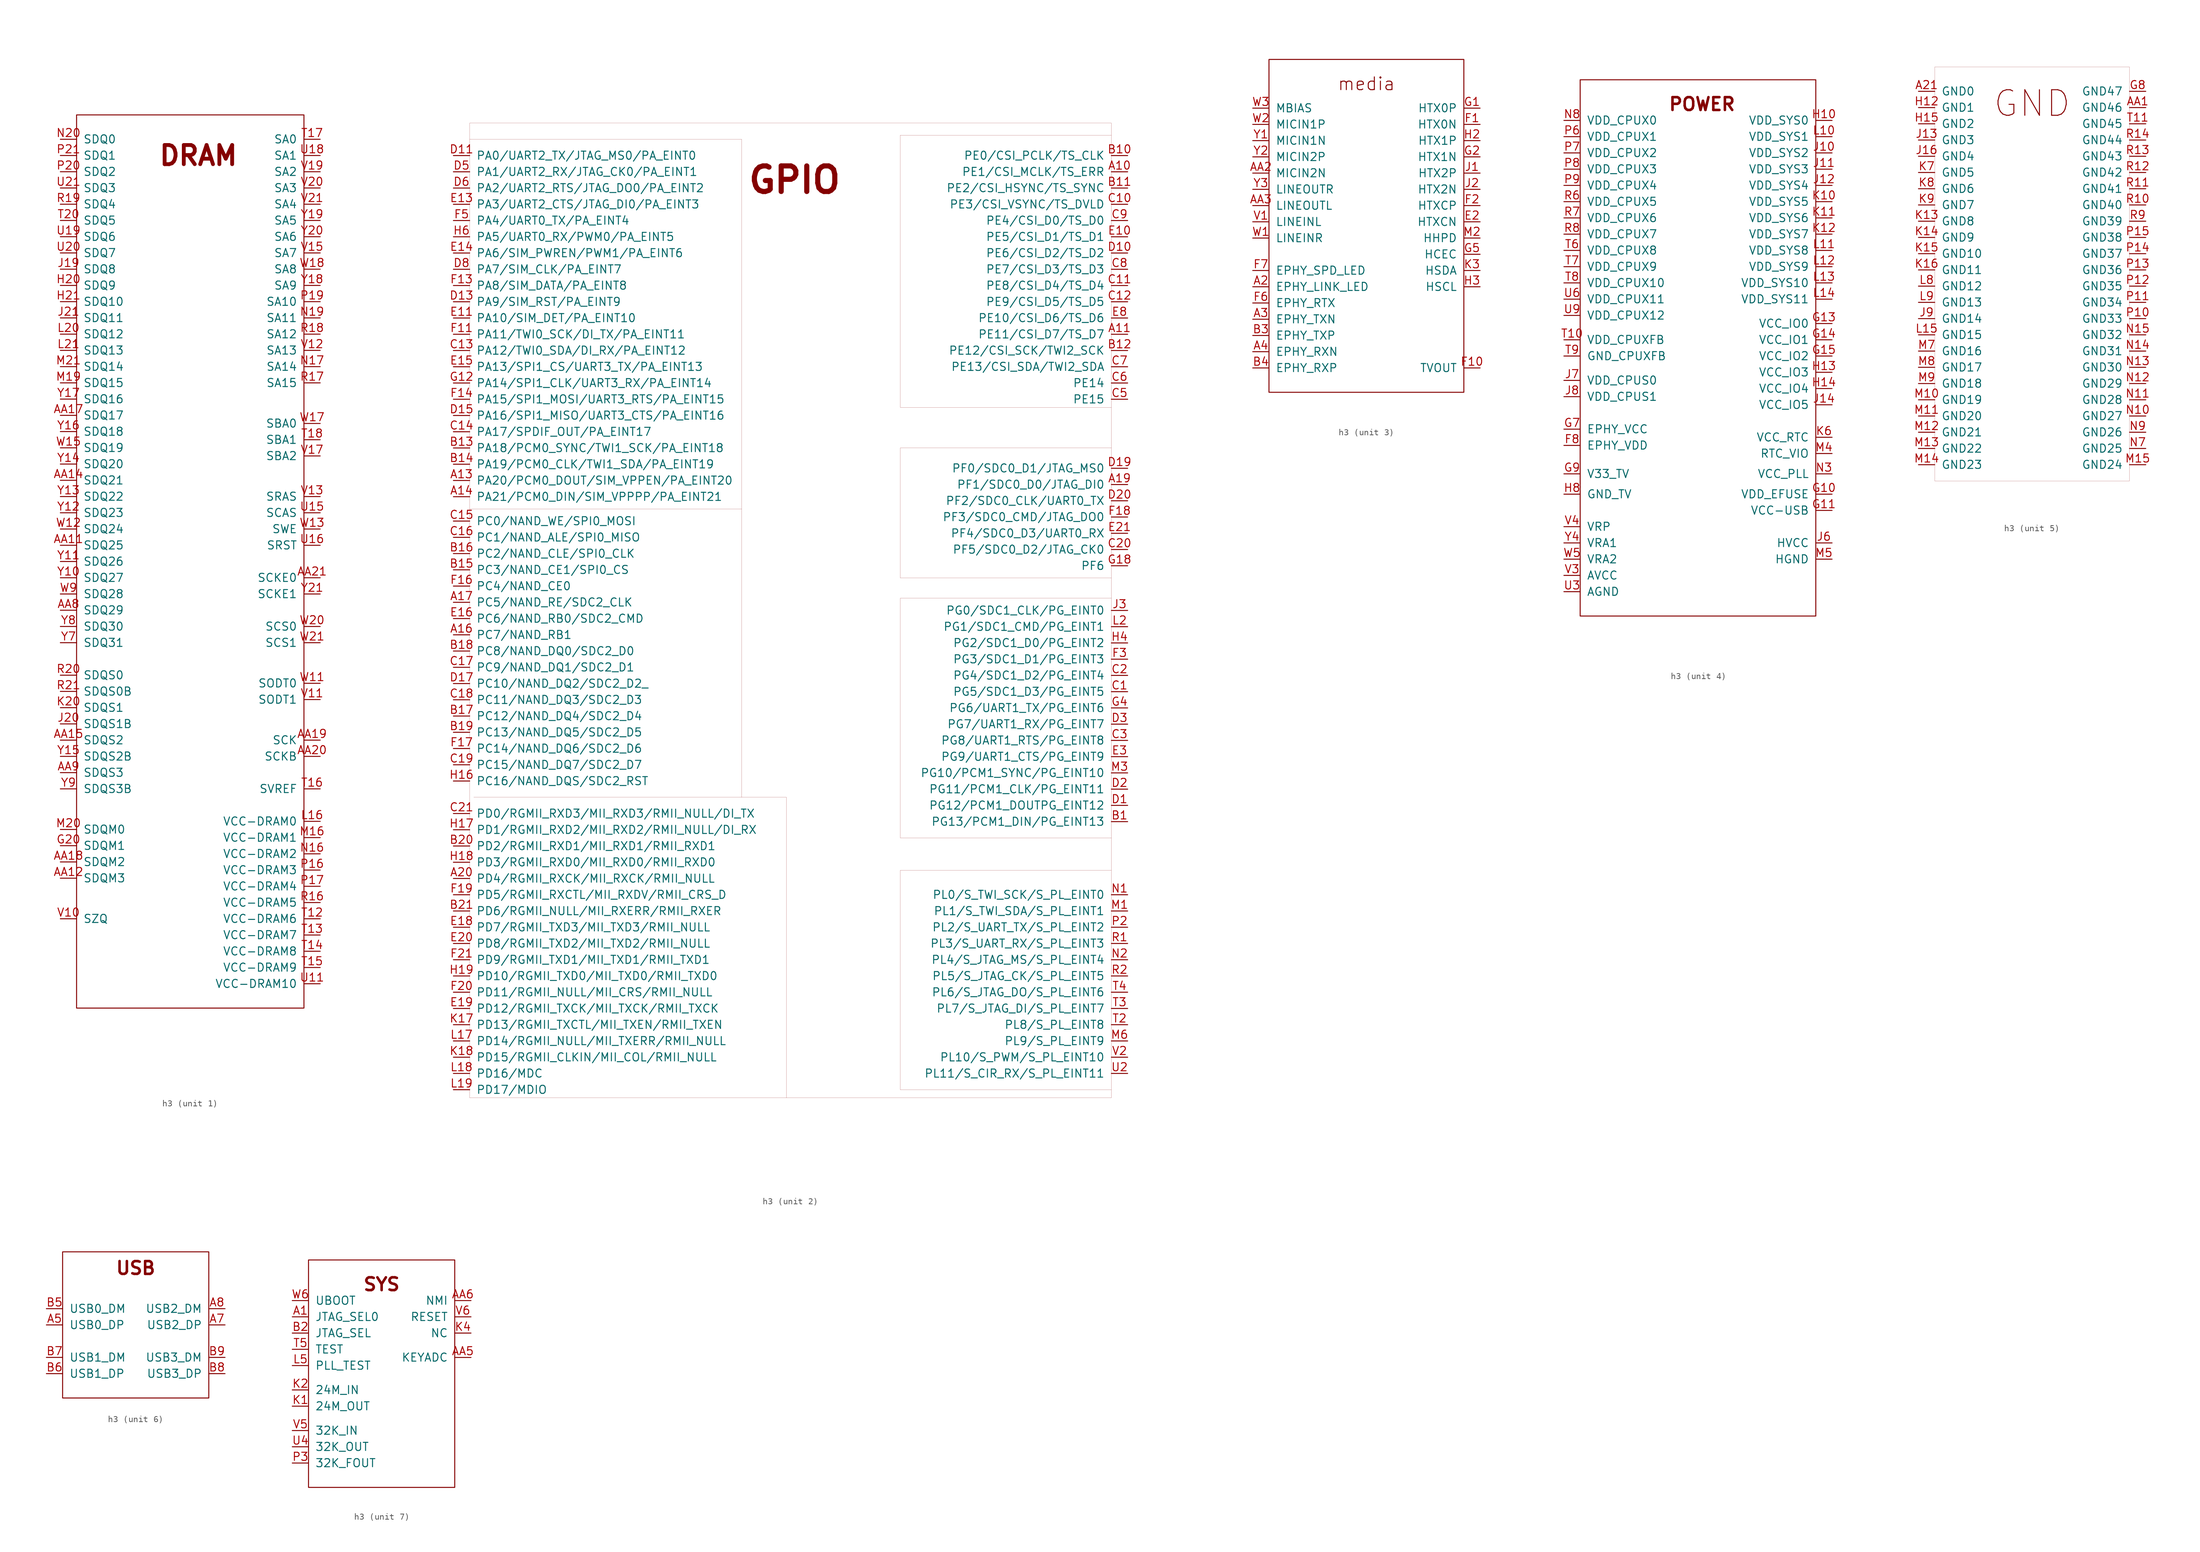
<source format=kicad_sym>
(kicad_symbol_lib
  (version 20201005)
  (generator kicad_symbol_editor)
  (symbol "h3:h3"
    (pin_names
      (offset 1.016))
    (property "Reference" "U"
      (at 0 0 0)
      (effects (font (size 1.27 1.27)) hide))
    (symbol "h3_1_0"
      (rectangle (start -19.05 77.47) (end 16.51 -62.23) (stroke (width 0)) (fill (type none))))
    (symbol "h3_1_1"
      (text "DRAM" (at 0 71.12 0) (effects (font (size 2.997 2.997) bold)))
      (pin input line (at -21.59 10.16 0) (length 2.54) (name "SDQ25" (effects (font (size 1.27 1.27)))) (number "AA11" (effects (font (size 1.27 1.27)))))
      (pin input line (at -21.59 -41.91 0) (length 2.54) (name "SDQM3" (effects (font (size 1.27 1.27)))) (number "AA12" (effects (font (size 1.27 1.27)))))
      (pin input line (at -21.59 20.32 0) (length 2.54) (name "SDQ21" (effects (font (size 1.27 1.27)))) (number "AA14" (effects (font (size 1.27 1.27)))))
      (pin input line (at -21.59 -20.32 0) (length 2.54) (name "SDQS2" (effects (font (size 1.27 1.27)))) (number "AA15" (effects (font (size 1.27 1.27)))))
      (pin input line (at -21.59 30.48 0) (length 2.54) (name "SDQ17" (effects (font (size 1.27 1.27)))) (number "AA17" (effects (font (size 1.27 1.27)))))
      (pin input line (at -21.59 -39.37 0) (length 2.54) (name "SDQM2" (effects (font (size 1.27 1.27)))) (number "AA18" (effects (font (size 1.27 1.27)))))
      (pin input line (at 19.05 -20.32 180) (length 2.54) (name "SCK" (effects (font (size 1.27 1.27)))) (number "AA19" (effects (font (size 1.27 1.27)))))
      (pin input line (at 19.05 -22.86 180) (length 2.54) (name "SCKB" (effects (font (size 1.27 1.27)))) (number "AA20" (effects (font (size 1.27 1.27)))))
      (pin input line (at 19.05 5.08 180) (length 2.54) (name "SCKE0" (effects (font (size 1.27 1.27)))) (number "AA21" (effects (font (size 1.27 1.27)))))
      (pin input line (at -21.59 0 0) (length 2.54) (name "SDQ29" (effects (font (size 1.27 1.27)))) (number "AA8" (effects (font (size 1.27 1.27)))))
      (pin input line (at -21.59 -25.4 0) (length 2.54) (name "SDQS3" (effects (font (size 1.27 1.27)))) (number "AA9" (effects (font (size 1.27 1.27)))))
      (pin input line (at -21.59 -36.83 0) (length 2.54) (name "SDQM1" (effects (font (size 1.27 1.27)))) (number "G20" (effects (font (size 1.27 1.27)))))
      (pin input line (at -21.59 50.8 0) (length 2.54) (name "SDQ9" (effects (font (size 1.27 1.27)))) (number "H20" (effects (font (size 1.27 1.27)))))
      (pin input line (at -21.59 48.26 0) (length 2.54) (name "SDQ10" (effects (font (size 1.27 1.27)))) (number "H21" (effects (font (size 1.27 1.27)))))
      (pin input line (at -21.59 53.34 0) (length 2.54) (name "SDQ8" (effects (font (size 1.27 1.27)))) (number "J19" (effects (font (size 1.27 1.27)))))
      (pin input line (at -21.59 -17.78 0) (length 2.54) (name "SDQS1B" (effects (font (size 1.27 1.27)))) (number "J20" (effects (font (size 1.27 1.27)))))
      (pin input line (at -21.59 45.72 0) (length 2.54) (name "SDQ11" (effects (font (size 1.27 1.27)))) (number "J21" (effects (font (size 1.27 1.27)))))
      (pin input line (at -21.59 -15.24 0) (length 2.54) (name "SDQS1" (effects (font (size 1.27 1.27)))) (number "K20" (effects (font (size 1.27 1.27)))))
      (pin input line (at 19.05 -33.02 180) (length 2.54) (name "VCC-DRAM0" (effects (font (size 1.27 1.27)))) (number "L16" (effects (font (size 1.27 1.27)))))
      (pin input line (at -21.59 43.18 0) (length 2.54) (name "SDQ12" (effects (font (size 1.27 1.27)))) (number "L20" (effects (font (size 1.27 1.27)))))
      (pin input line (at -21.59 40.64 0) (length 2.54) (name "SDQ13" (effects (font (size 1.27 1.27)))) (number "L21" (effects (font (size 1.27 1.27)))))
      (pin input line (at 19.05 -35.56 180) (length 2.54) (name "VCC-DRAM1" (effects (font (size 1.27 1.27)))) (number "M16" (effects (font (size 1.27 1.27)))))
      (pin input line (at -21.59 35.56 0) (length 2.54) (name "SDQ15" (effects (font (size 1.27 1.27)))) (number "M19" (effects (font (size 1.27 1.27)))))
      (pin input line (at -21.59 -34.29 0) (length 2.54) (name "SDQM0" (effects (font (size 1.27 1.27)))) (number "M20" (effects (font (size 1.27 1.27)))))
      (pin input line (at -21.59 38.1 0) (length 2.54) (name "SDQ14" (effects (font (size 1.27 1.27)))) (number "M21" (effects (font (size 1.27 1.27)))))
      (pin input line (at 19.05 -38.1 180) (length 2.54) (name "VCC-DRAM2" (effects (font (size 1.27 1.27)))) (number "N16" (effects (font (size 1.27 1.27)))))
      (pin input line (at 19.05 38.1 180) (length 2.54) (name "SA14" (effects (font (size 1.27 1.27)))) (number "N17" (effects (font (size 1.27 1.27)))))
      (pin input line (at 19.05 45.72 180) (length 2.54) (name "SA11" (effects (font (size 1.27 1.27)))) (number "N19" (effects (font (size 1.27 1.27)))))
      (pin input line (at -21.59 73.66 0) (length 2.54) (name "SDQ0" (effects (font (size 1.27 1.27)))) (number "N20" (effects (font (size 1.27 1.27)))))
      (pin input line (at 19.05 -40.64 180) (length 2.54) (name "VCC-DRAM3" (effects (font (size 1.27 1.27)))) (number "P16" (effects (font (size 1.27 1.27)))))
      (pin input line (at 19.05 -43.18 180) (length 2.54) (name "VCC-DRAM4" (effects (font (size 1.27 1.27)))) (number "P17" (effects (font (size 1.27 1.27)))))
      (pin input line (at 19.05 48.26 180) (length 2.54) (name "SA10" (effects (font (size 1.27 1.27)))) (number "P19" (effects (font (size 1.27 1.27)))))
      (pin input line (at -21.59 68.58 0) (length 2.54) (name "SDQ2" (effects (font (size 1.27 1.27)))) (number "P20" (effects (font (size 1.27 1.27)))))
      (pin input line (at -21.59 71.12 0) (length 2.54) (name "SDQ1" (effects (font (size 1.27 1.27)))) (number "P21" (effects (font (size 1.27 1.27)))))
      (pin input line (at 19.05 -45.72 180) (length 2.54) (name "VCC-DRAM5" (effects (font (size 1.27 1.27)))) (number "R16" (effects (font (size 1.27 1.27)))))
      (pin input line (at 19.05 35.56 180) (length 2.54) (name "SA15" (effects (font (size 1.27 1.27)))) (number "R17" (effects (font (size 1.27 1.27)))))
      (pin input line (at 19.05 43.18 180) (length 2.54) (name "SA12" (effects (font (size 1.27 1.27)))) (number "R18" (effects (font (size 1.27 1.27)))))
      (pin input line (at -21.59 63.5 0) (length 2.54) (name "SDQ4" (effects (font (size 1.27 1.27)))) (number "R19" (effects (font (size 1.27 1.27)))))
      (pin input line (at -21.59 -10.16 0) (length 2.54) (name "SDQS0" (effects (font (size 1.27 1.27)))) (number "R20" (effects (font (size 1.27 1.27)))))
      (pin input line (at -21.59 -12.7 0) (length 2.54) (name "SDQS0B" (effects (font (size 1.27 1.27)))) (number "R21" (effects (font (size 1.27 1.27)))))
      (pin input line (at 19.05 -48.26 180) (length 2.54) (name "VCC-DRAM6" (effects (font (size 1.27 1.27)))) (number "T12" (effects (font (size 1.27 1.27)))))
      (pin input line (at 19.05 -50.8 180) (length 2.54) (name "VCC-DRAM7" (effects (font (size 1.27 1.27)))) (number "T13" (effects (font (size 1.27 1.27)))))
      (pin input line (at 19.05 -53.34 180) (length 2.54) (name "VCC-DRAM8" (effects (font (size 1.27 1.27)))) (number "T14" (effects (font (size 1.27 1.27)))))
      (pin input line (at 19.05 -55.88 180) (length 2.54) (name "VCC-DRAM9" (effects (font (size 1.27 1.27)))) (number "T15" (effects (font (size 1.27 1.27)))))
      (pin input line (at 19.05 -27.94 180) (length 2.54) (name "SVREF" (effects (font (size 1.27 1.27)))) (number "T16" (effects (font (size 1.27 1.27)))))
      (pin input line (at 19.05 73.66 180) (length 2.54) (name "SA0" (effects (font (size 1.27 1.27)))) (number "T17" (effects (font (size 1.27 1.27)))))
      (pin input line (at 19.05 26.67 180) (length 2.54) (name "SBA1" (effects (font (size 1.27 1.27)))) (number "T18" (effects (font (size 1.27 1.27)))))
      (pin input line (at -21.59 60.96 0) (length 2.54) (name "SDQ5" (effects (font (size 1.27 1.27)))) (number "T20" (effects (font (size 1.27 1.27)))))
      (pin input line (at 19.05 -58.42 180) (length 2.54) (name "VCC-DRAM10" (effects (font (size 1.27 1.27)))) (number "U11" (effects (font (size 1.27 1.27)))))
      (pin input line (at 19.05 15.24 180) (length 2.54) (name "SCAS" (effects (font (size 1.27 1.27)))) (number "U15" (effects (font (size 1.27 1.27)))))
      (pin input line (at 19.05 10.16 180) (length 2.54) (name "SRST" (effects (font (size 1.27 1.27)))) (number "U16" (effects (font (size 1.27 1.27)))))
      (pin input line (at 19.05 71.12 180) (length 2.54) (name "SA1" (effects (font (size 1.27 1.27)))) (number "U18" (effects (font (size 1.27 1.27)))))
      (pin input line (at -21.59 58.42 0) (length 2.54) (name "SDQ6" (effects (font (size 1.27 1.27)))) (number "U19" (effects (font (size 1.27 1.27)))))
      (pin input line (at -21.59 55.88 0) (length 2.54) (name "SDQ7" (effects (font (size 1.27 1.27)))) (number "U20" (effects (font (size 1.27 1.27)))))
      (pin input line (at -21.59 66.04 0) (length 2.54) (name "SDQ3" (effects (font (size 1.27 1.27)))) (number "U21" (effects (font (size 1.27 1.27)))))
      (pin input line (at -21.59 -48.26 0) (length 2.54) (name "SZQ" (effects (font (size 1.27 1.27)))) (number "V10" (effects (font (size 1.27 1.27)))))
      (pin input line (at 19.05 -13.97 180) (length 2.54) (name "SODT1" (effects (font (size 1.27 1.27)))) (number "V11" (effects (font (size 1.27 1.27)))))
      (pin input line (at 19.05 40.64 180) (length 2.54) (name "SA13" (effects (font (size 1.27 1.27)))) (number "V12" (effects (font (size 1.27 1.27)))))
      (pin input line (at 19.05 17.78 180) (length 2.54) (name "SRAS" (effects (font (size 1.27 1.27)))) (number "V13" (effects (font (size 1.27 1.27)))))
      (pin input line (at 19.05 55.88 180) (length 2.54) (name "SA7" (effects (font (size 1.27 1.27)))) (number "V15" (effects (font (size 1.27 1.27)))))
      (pin input line (at 19.05 24.13 180) (length 2.54) (name "SBA2" (effects (font (size 1.27 1.27)))) (number "V17" (effects (font (size 1.27 1.27)))))
      (pin input line (at 19.05 68.58 180) (length 2.54) (name "SA2" (effects (font (size 1.27 1.27)))) (number "V19" (effects (font (size 1.27 1.27)))))
      (pin input line (at 19.05 66.04 180) (length 2.54) (name "SA3" (effects (font (size 1.27 1.27)))) (number "V20" (effects (font (size 1.27 1.27)))))
      (pin input line (at 19.05 63.5 180) (length 2.54) (name "SA4" (effects (font (size 1.27 1.27)))) (number "V21" (effects (font (size 1.27 1.27)))))
      (pin input line (at 19.05 -11.43 180) (length 2.54) (name "SODT0" (effects (font (size 1.27 1.27)))) (number "W11" (effects (font (size 1.27 1.27)))))
      (pin input line (at -21.59 12.7 0) (length 2.54) (name "SDQ24" (effects (font (size 1.27 1.27)))) (number "W12" (effects (font (size 1.27 1.27)))))
      (pin input line (at 19.05 12.7 180) (length 2.54) (name "SWE" (effects (font (size 1.27 1.27)))) (number "W13" (effects (font (size 1.27 1.27)))))
      (pin input line (at -21.59 25.4 0) (length 2.54) (name "SDQ19" (effects (font (size 1.27 1.27)))) (number "W15" (effects (font (size 1.27 1.27)))))
      (pin input line (at 19.05 29.21 180) (length 2.54) (name "SBA0" (effects (font (size 1.27 1.27)))) (number "W17" (effects (font (size 1.27 1.27)))))
      (pin input line (at 19.05 53.34 180) (length 2.54) (name "SA8" (effects (font (size 1.27 1.27)))) (number "W18" (effects (font (size 1.27 1.27)))))
      (pin input line (at 19.05 -2.54 180) (length 2.54) (name "SCS0" (effects (font (size 1.27 1.27)))) (number "W20" (effects (font (size 1.27 1.27)))))
      (pin input line (at 19.05 -5.08 180) (length 2.54) (name "SCS1" (effects (font (size 1.27 1.27)))) (number "W21" (effects (font (size 1.27 1.27)))))
      (pin input line (at -21.59 2.54 0) (length 2.54) (name "SDQ28" (effects (font (size 1.27 1.27)))) (number "W9" (effects (font (size 1.27 1.27)))))
      (pin input line (at -21.59 5.08 0) (length 2.54) (name "SDQ27" (effects (font (size 1.27 1.27)))) (number "Y10" (effects (font (size 1.27 1.27)))))
      (pin input line (at -21.59 7.62 0) (length 2.54) (name "SDQ26" (effects (font (size 1.27 1.27)))) (number "Y11" (effects (font (size 1.27 1.27)))))
      (pin input line (at -21.59 15.24 0) (length 2.54) (name "SDQ23" (effects (font (size 1.27 1.27)))) (number "Y12" (effects (font (size 1.27 1.27)))))
      (pin input line (at -21.59 17.78 0) (length 2.54) (name "SDQ22" (effects (font (size 1.27 1.27)))) (number "Y13" (effects (font (size 1.27 1.27)))))
      (pin input line (at -21.59 22.86 0) (length 2.54) (name "SDQ20" (effects (font (size 1.27 1.27)))) (number "Y14" (effects (font (size 1.27 1.27)))))
      (pin input line (at -21.59 -22.86 0) (length 2.54) (name "SDQS2B" (effects (font (size 1.27 1.27)))) (number "Y15" (effects (font (size 1.27 1.27)))))
      (pin input line (at -21.59 27.94 0) (length 2.54) (name "SDQ18" (effects (font (size 1.27 1.27)))) (number "Y16" (effects (font (size 1.27 1.27)))))
      (pin input line (at -21.59 33.02 0) (length 2.54) (name "SDQ16" (effects (font (size 1.27 1.27)))) (number "Y17" (effects (font (size 1.27 1.27)))))
      (pin input line (at 19.05 50.8 180) (length 2.54) (name "SA9" (effects (font (size 1.27 1.27)))) (number "Y18" (effects (font (size 1.27 1.27)))))
      (pin input line (at 19.05 60.96 180) (length 2.54) (name "SA5" (effects (font (size 1.27 1.27)))) (number "Y19" (effects (font (size 1.27 1.27)))))
      (pin input line (at 19.05 58.42 180) (length 2.54) (name "SA6" (effects (font (size 1.27 1.27)))) (number "Y20" (effects (font (size 1.27 1.27)))))
      (pin input line (at 19.05 2.54 180) (length 2.54) (name "SCKE1" (effects (font (size 1.27 1.27)))) (number "Y21" (effects (font (size 1.27 1.27)))))
      (pin input line (at -21.59 -5.08 0) (length 2.54) (name "SDQ31" (effects (font (size 1.27 1.27)))) (number "Y7" (effects (font (size 1.27 1.27)))))
      (pin input line (at -21.59 -2.54 0) (length 2.54) (name "SDQ30" (effects (font (size 1.27 1.27)))) (number "Y8" (effects (font (size 1.27 1.27)))))
      (pin input line (at -21.59 -27.94 0) (length 2.54) (name "SDQS3B" (effects (font (size 1.27 1.27)))) (number "Y9" (effects (font (size 1.27 1.27))))))
    (symbol "h3_2_1"
      (text "GPIO" (at 0 71.12 0) (effects (font (size 4 4) bold)))
      (rectangle (start -50.8 80.01) (end 49.53 -72.39) (stroke (width 0.001)) (fill (type none)))
      (polyline (pts (xy -8.255 19.685) (xy -8.255 -25.4) (xy -50.165 -25.4)) (stroke (width 0.001)) (fill (type none)))
      (polyline (pts (xy -50.8 77.47) (xy -8.255 77.47) (xy -8.255 19.685) (xy -50.8 19.685)) (stroke (width 0.001)) (fill (type none)))
      (polyline (pts (xy -8.255 -25.4) (xy -1.27 -25.4) (xy -1.27 -71.755) (xy -1.27 -72.39)) (stroke (width 0.001)) (fill (type none)))
      (polyline (pts (xy 49.53 -36.83) (xy 16.51 -36.83) (xy 16.51 -71.12) (xy 49.53 -71.12)) (stroke (width 0.001)) (fill (type none)))
      (polyline (pts (xy 49.53 5.715) (xy 16.51 5.715) (xy 16.51 -31.75) (xy 49.53 -31.75)) (stroke (width 0.001)) (fill (type none)))
      (polyline (pts (xy 49.53 29.21) (xy 16.51 29.21) (xy 16.51 8.89) (xy 49.53 8.89)) (stroke (width 0.001)) (fill (type none)))
      (polyline (pts (xy 49.53 78.105) (xy 16.51 78.105) (xy 16.51 35.56) (xy 49.53 35.56)) (stroke (width 0.001)) (fill (type none)))
      (pin input line (at 52.07 72.39 180) (length 2.54) (name "PE1/CSI_MCLK/TS_ERR" (effects (font (size 1.27 1.27)))) (number "A10" (effects (font (size 1.27 1.27)))))
      (pin input line (at 52.07 46.99 180) (length 2.54) (name "PE11/CSI_D7/TS_D7" (effects (font (size 1.27 1.27)))) (number "A11" (effects (font (size 1.27 1.27)))))
      (pin input line (at -53.34 24.13 0) (length 2.54) (name "PA20/PCM0_DOUT/SIM_VPPEN/PA_EINT20" (effects (font (size 1.27 1.27)))) (number "A13" (effects (font (size 1.27 1.27)))))
      (pin input line (at -53.34 21.59 0) (length 2.54) (name "PA21/PCM0_DIN/SIM_VPPPP/PA_EINT21" (effects (font (size 1.27 1.27)))) (number "A14" (effects (font (size 1.27 1.27)))))
      (pin input line (at -53.34 0 0) (length 2.54) (name "PC7/NAND_RB1" (effects (font (size 1.27 1.27)))) (number "A16" (effects (font (size 1.27 1.27)))))
      (pin input line (at -53.34 5.08 0) (length 2.54) (name "PC5/NAND_RE/SDC2_CLK" (effects (font (size 1.27 1.27)))) (number "A17" (effects (font (size 1.27 1.27)))))
      (pin input line (at 52.07 23.495 180) (length 2.54) (name "PF1/SDC0_D0/JTAG_DI0" (effects (font (size 1.27 1.27)))) (number "A19" (effects (font (size 1.27 1.27)))))
      (pin input line (at -53.34 -38.1 0) (length 2.54) (name "PD4/RGMII_RXCK/MII_RXCK/RMII_NULL" (effects (font (size 1.27 1.27)))) (number "A20" (effects (font (size 1.27 1.27)))))
      (pin input line (at 52.07 -29.21 180) (length 2.54) (name "PG13/PCM1_DIN/PG_EINT13" (effects (font (size 1.27 1.27)))) (number "B1" (effects (font (size 1.27 1.27)))))
      (pin input line (at 52.07 74.93 180) (length 2.54) (name "PE0/CSI_PCLK/TS_CLK" (effects (font (size 1.27 1.27)))) (number "B10" (effects (font (size 1.27 1.27)))))
      (pin input line (at 52.07 69.85 180) (length 2.54) (name "PE2/CSI_HSYNC/TS_SYNC" (effects (font (size 1.27 1.27)))) (number "B11" (effects (font (size 1.27 1.27)))))
      (pin input line (at 52.07 44.45 180) (length 2.54) (name "PE12/CSI_SCK/TWI2_SCK" (effects (font (size 1.27 1.27)))) (number "B12" (effects (font (size 1.27 1.27)))))
      (pin input line (at -53.34 29.21 0) (length 2.54) (name "PA18/PCM0_SYNC/TWI1_SCK/PA_EINT18" (effects (font (size 1.27 1.27)))) (number "B13" (effects (font (size 1.27 1.27)))))
      (pin input line (at -53.34 26.67 0) (length 2.54) (name "PA19/PCM0_CLK/TWI1_SDA/PA_EINT19" (effects (font (size 1.27 1.27)))) (number "B14" (effects (font (size 1.27 1.27)))))
      (pin input line (at -53.34 10.16 0) (length 2.54) (name "PC3/NAND_CE1/SPI0_CS\n" (effects (font (size 1.27 1.27)))) (number "B15" (effects (font (size 1.27 1.27)))))
      (pin input line (at -53.34 12.7 0) (length 2.54) (name "PC2/NAND_CLE/SPI0_CLK" (effects (font (size 1.27 1.27)))) (number "B16" (effects (font (size 1.27 1.27)))))
      (pin input line (at -53.34 -12.7 0) (length 2.54) (name "PC12/NAND_DQ4/SDC2_D4" (effects (font (size 1.27 1.27)))) (number "B17" (effects (font (size 1.27 1.27)))))
      (pin input line (at -53.34 -2.54 0) (length 2.54) (name "PC8/NAND_DQ0/SDC2_D0" (effects (font (size 1.27 1.27)))) (number "B18" (effects (font (size 1.27 1.27)))))
      (pin input line (at -53.34 -15.24 0) (length 2.54) (name "PC13/NAND_DQ5/SDC2_D5" (effects (font (size 1.27 1.27)))) (number "B19" (effects (font (size 1.27 1.27)))))
      (pin input line (at -53.34 -33.02 0) (length 2.54) (name "PD2/RGMII_RXD1/MII_RXD1/RMII_RXD1" (effects (font (size 1.27 1.27)))) (number "B20" (effects (font (size 1.27 1.27)))))
      (pin input line (at -53.34 -43.18 0) (length 2.54) (name "PD6/RGMII_NULL/MII_RXERR/RMII_RXER" (effects (font (size 1.27 1.27)))) (number "B21" (effects (font (size 1.27 1.27)))))
      (pin input line (at 52.07 -8.89 180) (length 2.54) (name "PG5/SDC1_D3/PG_EINT5" (effects (font (size 1.27 1.27)))) (number "C1" (effects (font (size 1.27 1.27)))))
      (pin input line (at 52.07 67.31 180) (length 2.54) (name "PE3/CSI_VSYNC/TS_DVLD" (effects (font (size 1.27 1.27)))) (number "C10" (effects (font (size 1.27 1.27)))))
      (pin input line (at 52.07 54.61 180) (length 2.54) (name "PE8/CSI_D4/TS_D4" (effects (font (size 1.27 1.27)))) (number "C11" (effects (font (size 1.27 1.27)))))
      (pin input line (at 52.07 52.07 180) (length 2.54) (name "PE9/CSI_D5/TS_D5" (effects (font (size 1.27 1.27)))) (number "C12" (effects (font (size 1.27 1.27)))))
      (pin input line (at -53.34 44.45 0) (length 2.54) (name "PA12/TWI0_SDA/DI_RX/PA_EINT12" (effects (font (size 1.27 1.27)))) (number "C13" (effects (font (size 1.27 1.27)))))
      (pin input line (at -53.34 31.75 0) (length 2.54) (name "PA17/SPDIF_OUT/PA_EINT17" (effects (font (size 1.27 1.27)))) (number "C14" (effects (font (size 1.27 1.27)))))
      (pin input line (at -53.34 17.78 0) (length 2.54) (name "PC0/NAND_WE/SPI0_MOSI" (effects (font (size 1.27 1.27)))) (number "C15" (effects (font (size 1.27 1.27)))))
      (pin input line (at -53.34 15.24 0) (length 2.54) (name "PC1/NAND_ALE/SPI0_MISO" (effects (font (size 1.27 1.27)))) (number "C16" (effects (font (size 1.27 1.27)))))
      (pin input line (at -53.34 -5.08 0) (length 2.54) (name "PC9/NAND_DQ1/SDC2_D1" (effects (font (size 1.27 1.27)))) (number "C17" (effects (font (size 1.27 1.27)))))
      (pin input line (at -53.34 -10.16 0) (length 2.54) (name "PC11/NAND_DQ3/SDC2_D3" (effects (font (size 1.27 1.27)))) (number "C18" (effects (font (size 1.27 1.27)))))
      (pin input line (at -53.34 -20.32 0) (length 2.54) (name "PC15/NAND_DQ7/SDC2_D7" (effects (font (size 1.27 1.27)))) (number "C19" (effects (font (size 1.27 1.27)))))
      (pin input line (at 52.07 -6.35 180) (length 2.54) (name "PG4/SDC1_D2/PG_EINT4" (effects (font (size 1.27 1.27)))) (number "C2" (effects (font (size 1.27 1.27)))))
      (pin input line (at 52.07 13.335 180) (length 2.54) (name "PF5/SDC0_D2/JTAG_CK0" (effects (font (size 1.27 1.27)))) (number "C20" (effects (font (size 1.27 1.27)))))
      (pin input line (at -53.34 -27.94 0) (length 2.54) (name "PD0/RGMII_RXD3/MII_RXD3/RMII_NULL/DI_TX" (effects (font (size 1.27 1.27)))) (number "C21" (effects (font (size 1.27 1.27)))))
      (pin input line (at 52.07 -16.51 180) (length 2.54) (name "PG8/UART1_RTS/PG_EINT8" (effects (font (size 1.27 1.27)))) (number "C3" (effects (font (size 1.27 1.27)))))
      (pin input line (at 52.07 36.83 180) (length 2.54) (name "PE15" (effects (font (size 1.27 1.27)))) (number "C5" (effects (font (size 1.27 1.27)))))
      (pin input line (at 52.07 39.37 180) (length 2.54) (name "PE14" (effects (font (size 1.27 1.27)))) (number "C6" (effects (font (size 1.27 1.27)))))
      (pin input line (at 52.07 41.91 180) (length 2.54) (name "PE13/CSI_SDA/TWI2_SDA" (effects (font (size 1.27 1.27)))) (number "C7" (effects (font (size 1.27 1.27)))))
      (pin input line (at 52.07 57.15 180) (length 2.54) (name "PE7/CSI_D3/TS_D3" (effects (font (size 1.27 1.27)))) (number "C8" (effects (font (size 1.27 1.27)))))
      (pin input line (at 52.07 64.77 180) (length 2.54) (name "PE4/CSI_D0/TS_D0" (effects (font (size 1.27 1.27)))) (number "C9" (effects (font (size 1.27 1.27)))))
      (pin input line (at 52.07 -26.67 180) (length 2.54) (name "PG12/PCM1_DOUTPG_EINT12" (effects (font (size 1.27 1.27)))) (number "D1" (effects (font (size 1.27 1.27)))))
      (pin input line (at 52.07 59.69 180) (length 2.54) (name "PE6/CSI_D2/TS_D2" (effects (font (size 1.27 1.27)))) (number "D10" (effects (font (size 1.27 1.27)))))
      (pin input line (at -53.34 74.93 0) (length 2.54) (name "PA0/UART2_TX/JTAG_MS0/PA_EINT0" (effects (font (size 1.27 1.27)))) (number "D11" (effects (font (size 1.27 1.27)))))
      (pin input line (at -53.34 52.07 0) (length 2.54) (name "PA9/SIM_RST/PA_EINT9" (effects (font (size 1.27 1.27)))) (number "D13" (effects (font (size 1.27 1.27)))))
      (pin input line (at -53.34 34.29 0) (length 2.54) (name "PA16/SPI1_MISO/UART3_CTS/PA_EINT16" (effects (font (size 1.27 1.27)))) (number "D15" (effects (font (size 1.27 1.27)))))
      (pin input line (at -53.34 -7.62 0) (length 2.54) (name "PC10/NAND_DQ2/SDC2_D2_" (effects (font (size 1.27 1.27)))) (number "D17" (effects (font (size 1.27 1.27)))))
      (pin input line (at 52.07 26.035 180) (length 2.54) (name "PF0/SDC0_D1/JTAG_MS0" (effects (font (size 1.27 1.27)))) (number "D19" (effects (font (size 1.27 1.27)))))
      (pin input line (at 52.07 -24.13 180) (length 2.54) (name "PG11/PCM1_CLK/PG_EINT11" (effects (font (size 1.27 1.27)))) (number "D2" (effects (font (size 1.27 1.27)))))
      (pin input line (at 52.07 20.955 180) (length 2.54) (name "PF2/SDC0_CLK/UART0_TX" (effects (font (size 1.27 1.27)))) (number "D20" (effects (font (size 1.27 1.27)))))
      (pin input line (at 52.07 -13.97 180) (length 2.54) (name "PG7/UART1_RX/PG_EINT7" (effects (font (size 1.27 1.27)))) (number "D3" (effects (font (size 1.27 1.27)))))
      (pin input line (at -53.34 72.39 0) (length 2.54) (name "PA1/UART2_RX/JTAG_CK0/PA_EINT1" (effects (font (size 1.27 1.27)))) (number "D5" (effects (font (size 1.27 1.27)))))
      (pin input line (at -53.34 69.85 0) (length 2.54) (name "PA2/UART2_RTS/JTAG_DO0/PA_EINT2" (effects (font (size 1.27 1.27)))) (number "D6" (effects (font (size 1.27 1.27)))))
      (pin input line (at -53.34 57.15 0) (length 2.54) (name "PA7/SIM_CLK/PA_EINT7" (effects (font (size 1.27 1.27)))) (number "D8" (effects (font (size 1.27 1.27)))))
      (pin input line (at 52.07 62.23 180) (length 2.54) (name "PE5/CSI_D1/TS_D1" (effects (font (size 1.27 1.27)))) (number "E10" (effects (font (size 1.27 1.27)))))
      (pin input line (at -53.34 49.53 0) (length 2.54) (name "PA10/SIM_DET/PA_EINT10" (effects (font (size 1.27 1.27)))) (number "E11" (effects (font (size 1.27 1.27)))))
      (pin input line (at -53.34 67.31 0) (length 2.54) (name "PA3/UART2_CTS/JTAG_DI0/PA_EINT3" (effects (font (size 1.27 1.27)))) (number "E13" (effects (font (size 1.27 1.27)))))
      (pin input line (at -53.34 59.69 0) (length 2.54) (name "PA6/SIM_PWREN/PWM1/PA_EINT6" (effects (font (size 1.27 1.27)))) (number "E14" (effects (font (size 1.27 1.27)))))
      (pin input line (at -53.34 41.91 0) (length 2.54) (name "PA13/SPI1_CS/UART3_TX/PA_EINT13" (effects (font (size 1.27 1.27)))) (number "E15" (effects (font (size 1.27 1.27)))))
      (pin input line (at -53.34 2.54 0) (length 2.54) (name "PC6/NAND_RB0/SDC2_CMD" (effects (font (size 1.27 1.27)))) (number "E16" (effects (font (size 1.27 1.27)))))
      (pin input line (at -53.34 -45.72 0) (length 2.54) (name "PD7/RGMII_TXD3/MII_TXD3/RMII_NULL" (effects (font (size 1.27 1.27)))) (number "E18" (effects (font (size 1.27 1.27)))))
      (pin input line (at -53.34 -58.42 0) (length 2.54) (name "PD12/RGMII_TXCK/MII_TXCK/RMII_TXCK" (effects (font (size 1.27 1.27)))) (number "E19" (effects (font (size 1.27 1.27)))))
      (pin input line (at -53.34 -48.26 0) (length 2.54) (name "PD8/RGMII_TXD2/MII_TXD2/RMII_NULL" (effects (font (size 1.27 1.27)))) (number "E20" (effects (font (size 1.27 1.27)))))
      (pin input line (at 52.07 15.875 180) (length 2.54) (name "PF4/SDC0_D3/UART0_RX" (effects (font (size 1.27 1.27)))) (number "E21" (effects (font (size 1.27 1.27)))))
      (pin input line (at 52.07 -19.05 180) (length 2.54) (name "PG9/UART1_CTS/PG_EINT9\n" (effects (font (size 1.27 1.27)))) (number "E3" (effects (font (size 1.27 1.27)))))
      (pin input line (at 52.07 49.53 180) (length 2.54) (name "PE10/CSI_D6/TS_D6" (effects (font (size 1.27 1.27)))) (number "E8" (effects (font (size 1.27 1.27)))))
      (pin input line (at -53.34 46.99 0) (length 2.54) (name "PA11/TWI0_SCK/DI_TX/PA_EINT11" (effects (font (size 1.27 1.27)))) (number "F11" (effects (font (size 1.27 1.27)))))
      (pin input line (at -53.34 54.61 0) (length 2.54) (name "PA8/SIM_DATA/PA_EINT8" (effects (font (size 1.27 1.27)))) (number "F13" (effects (font (size 1.27 1.27)))))
      (pin input line (at -53.34 36.83 0) (length 2.54) (name "PA15/SPI1_MOSI/UART3_RTS/PA_EINT15" (effects (font (size 1.27 1.27)))) (number "F14" (effects (font (size 1.27 1.27)))))
      (pin input line (at -53.34 7.62 0) (length 2.54) (name "PC4/NAND_CE0" (effects (font (size 1.27 1.27)))) (number "F16" (effects (font (size 1.27 1.27)))))
      (pin input line (at -53.34 -17.78 0) (length 2.54) (name "PC14/NAND_DQ6/SDC2_D6" (effects (font (size 1.27 1.27)))) (number "F17" (effects (font (size 1.27 1.27)))))
      (pin input line (at 52.07 18.415 180) (length 2.54) (name "PF3/SDC0_CMD/JTAG_DO0" (effects (font (size 1.27 1.27)))) (number "F18" (effects (font (size 1.27 1.27)))))
      (pin input line (at -53.34 -40.64 0) (length 2.54) (name "PD5/RGMII_RXCTL/MII_RXDV/RMII_CRS_D" (effects (font (size 1.27 1.27)))) (number "F19" (effects (font (size 1.27 1.27)))))
      (pin input line (at -53.34 -55.88 0) (length 2.54) (name "PD11/RGMII_NULL/MII_CRS/RMII_NULL" (effects (font (size 1.27 1.27)))) (number "F20" (effects (font (size 1.27 1.27)))))
      (pin input line (at -53.34 -50.8 0) (length 2.54) (name "PD9/RGMII_TXD1/MII_TXD1/RMII_TXD1" (effects (font (size 1.27 1.27)))) (number "F21" (effects (font (size 1.27 1.27)))))
      (pin input line (at 52.07 -3.81 180) (length 2.54) (name "PG3/SDC1_D1/PG_EINT3" (effects (font (size 1.27 1.27)))) (number "F3" (effects (font (size 1.27 1.27)))))
      (pin input line (at -53.34 64.77 0) (length 2.54) (name "PA4/UART0_TX/PA_EINT4" (effects (font (size 1.27 1.27)))) (number "F5" (effects (font (size 1.27 1.27)))))
      (pin input line (at -53.34 39.37 0) (length 2.54) (name "PA14/SPI1_CLK/UART3_RX/PA_EINT14" (effects (font (size 1.27 1.27)))) (number "G12" (effects (font (size 1.27 1.27)))))
      (pin input line (at 52.07 10.795 180) (length 2.54) (name "PF6" (effects (font (size 1.27 1.27)))) (number "G18" (effects (font (size 1.27 1.27)))))
      (pin input line (at 52.07 -11.43 180) (length 2.54) (name "PG6/UART1_TX/PG_EINT6" (effects (font (size 1.27 1.27)))) (number "G4" (effects (font (size 1.27 1.27)))))
      (pin input line (at -53.34 -22.86 0) (length 2.54) (name "PC16/NAND_DQS/SDC2_RST" (effects (font (size 1.27 1.27)))) (number "H16" (effects (font (size 1.27 1.27)))))
      (pin input line (at -53.34 -30.48 0) (length 2.54) (name "PD1/RGMII_RXD2/MII_RXD2/RMII_NULL/DI_RX\n" (effects (font (size 1.27 1.27)))) (number "H17" (effects (font (size 1.27 1.27)))))
      (pin input line (at -53.34 -35.56 0) (length 2.54) (name "PD3/RGMII_RXD0/MII_RXD0/RMII_RXD0" (effects (font (size 1.27 1.27)))) (number "H18" (effects (font (size 1.27 1.27)))))
      (pin input line (at -53.34 -53.34 0) (length 2.54) (name "PD10/RGMII_TXD0/MII_TXD0/RMII_TXD0" (effects (font (size 1.27 1.27)))) (number "H19" (effects (font (size 1.27 1.27)))))
      (pin input line (at 52.07 -1.27 180) (length 2.54) (name "PG2/SDC1_D0/PG_EINT2" (effects (font (size 1.27 1.27)))) (number "H4" (effects (font (size 1.27 1.27)))))
      (pin input line (at -53.34 62.23 0) (length 2.54) (name "PA5/UART0_RX/PWM0/PA_EINT5" (effects (font (size 1.27 1.27)))) (number "H6" (effects (font (size 1.27 1.27)))))
      (pin input line (at 52.07 3.81 180) (length 2.54) (name "PG0/SDC1_CLK/PG_EINT0" (effects (font (size 1.27 1.27)))) (number "J3" (effects (font (size 1.27 1.27)))))
      (pin input line (at -53.34 -60.96 0) (length 2.54) (name "PD13/RGMII_TXCTL/MII_TXEN/RMII_TXEN" (effects (font (size 1.27 1.27)))) (number "K17" (effects (font (size 1.27 1.27)))))
      (pin input line (at -53.34 -66.04 0) (length 2.54) (name "PD15/RGMII_CLKIN/MII_COL/RMII_NULL" (effects (font (size 1.27 1.27)))) (number "K18" (effects (font (size 1.27 1.27)))))
      (pin input line (at -53.34 -63.5 0) (length 2.54) (name "PD14/RGMII_NULL/MII_TXERR/RMII_NULL" (effects (font (size 1.27 1.27)))) (number "L17" (effects (font (size 1.27 1.27)))))
      (pin input line (at -53.34 -68.58 0) (length 2.54) (name "PD16/MDC" (effects (font (size 1.27 1.27)))) (number "L18" (effects (font (size 1.27 1.27)))))
      (pin input line (at -53.34 -71.12 0) (length 2.54) (name "PD17/MDIO" (effects (font (size 1.27 1.27)))) (number "L19" (effects (font (size 1.27 1.27)))))
      (pin input line (at 52.07 1.27 180) (length 2.54) (name "PG1/SDC1_CMD/PG_EINT1" (effects (font (size 1.27 1.27)))) (number "L2" (effects (font (size 1.27 1.27)))))
      (pin input line (at 52.07 -43.18 180) (length 2.54) (name "PL1/S_TWI_SDA/S_PL_EINT1" (effects (font (size 1.27 1.27)))) (number "M1" (effects (font (size 1.27 1.27)))))
      (pin input line (at 52.07 -21.59 180) (length 2.54) (name "PG10/PCM1_SYNC/PG_EINT10" (effects (font (size 1.27 1.27)))) (number "M3" (effects (font (size 1.27 1.27)))))
      (pin input line (at 52.07 -63.5 180) (length 2.54) (name "PL9/S_PL_EINT9" (effects (font (size 1.27 1.27)))) (number "M6" (effects (font (size 1.27 1.27)))))
      (pin input line (at 52.07 -40.64 180) (length 2.54) (name "PL0/S_TWI_SCK/S_PL_EINT0" (effects (font (size 1.27 1.27)))) (number "N1" (effects (font (size 1.27 1.27)))))
      (pin input line (at 52.07 -50.8 180) (length 2.54) (name "PL4/S_JTAG_MS/S_PL_EINT4" (effects (font (size 1.27 1.27)))) (number "N2" (effects (font (size 1.27 1.27)))))
      (pin input line (at 52.07 -45.72 180) (length 2.54) (name "PL2/S_UART_TX/S_PL_EINT2" (effects (font (size 1.27 1.27)))) (number "P2" (effects (font (size 1.27 1.27)))))
      (pin input line (at 52.07 -48.26 180) (length 2.54) (name "PL3/S_UART_RX/S_PL_EINT3" (effects (font (size 1.27 1.27)))) (number "R1" (effects (font (size 1.27 1.27)))))
      (pin input line (at 52.07 -53.34 180) (length 2.54) (name "PL5/S_JTAG_CK/S_PL_EINT5" (effects (font (size 1.27 1.27)))) (number "R2" (effects (font (size 1.27 1.27)))))
      (pin input line (at 52.07 -60.96 180) (length 2.54) (name "PL8/S_PL_EINT8" (effects (font (size 1.27 1.27)))) (number "T2" (effects (font (size 1.27 1.27)))))
      (pin input line (at 52.07 -58.42 180) (length 2.54) (name "PL7/S_JTAG_DI/S_PL_EINT7" (effects (font (size 1.27 1.27)))) (number "T3" (effects (font (size 1.27 1.27)))))
      (pin input line (at 52.07 -55.88 180) (length 2.54) (name "PL6/S_JTAG_DO/S_PL_EINT6" (effects (font (size 1.27 1.27)))) (number "T4" (effects (font (size 1.27 1.27)))))
      (pin input line (at 52.07 -68.58 180) (length 2.54) (name "PL11/S_CIR_RX/S_PL_EINT11" (effects (font (size 1.27 1.27)))) (number "U2" (effects (font (size 1.27 1.27)))))
      (pin input line (at 52.07 -66.04 180) (length 2.54) (name "PL10/S_PWM/S_PL_EINT10" (effects (font (size 1.27 1.27)))) (number "V2" (effects (font (size 1.27 1.27))))))
    (symbol "h3_3_1"
      (text "media" (at 0 26.67 0) (effects (font (size 2 2))))
      (rectangle (start -15.24 30.48) (end 15.24 -21.59) (stroke (width 0.152)) (fill (type none)))
      (pin input line (at -17.78 -5.08 0) (length 2.54) (name "EPHY_LINK_LED" (effects (font (size 1.27 1.27)))) (number "A2" (effects (font (size 1.27 1.27)))))
      (pin input line (at -17.78 -10.16 0) (length 2.54) (name "EPHY_TXN" (effects (font (size 1.27 1.27)))) (number "A3" (effects (font (size 1.27 1.27)))))
      (pin input line (at -17.78 -15.24 0) (length 2.54) (name "EPHY_RXN" (effects (font (size 1.27 1.27)))) (number "A4" (effects (font (size 1.27 1.27)))))
      (pin input line (at -17.78 12.7 0) (length 2.54) (name "MICIN2N" (effects (font (size 1.27 1.27)))) (number "AA2" (effects (font (size 1.27 1.27)))))
      (pin input line (at -17.78 7.62 0) (length 2.54) (name "LINEOUTL" (effects (font (size 1.27 1.27)))) (number "AA3" (effects (font (size 1.27 1.27)))))
      (pin input line (at -17.78 -12.7 0) (length 2.54) (name "EPHY_TXP" (effects (font (size 1.27 1.27)))) (number "B3" (effects (font (size 1.27 1.27)))))
      (pin input line (at -17.78 -17.78 0) (length 2.54) (name "EPHY_RXP" (effects (font (size 1.27 1.27)))) (number "B4" (effects (font (size 1.27 1.27)))))
      (pin input line (at 17.78 5.08 180) (length 2.54) (name "HTXCN\n" (effects (font (size 1.27 1.27)))) (number "E2" (effects (font (size 1.27 1.27)))))
      (pin input line (at 17.78 20.32 180) (length 2.54) (name "HTX0N" (effects (font (size 1.27 1.27)))) (number "F1" (effects (font (size 1.27 1.27)))))
      (pin input line (at 17.78 -17.78 180) (length 2.54) (name "TVOUT" (effects (font (size 1.27 1.27)))) (number "F10" (effects (font (size 1.27 1.27)))))
      (pin input line (at 17.78 7.62 180) (length 2.54) (name "HTXCP" (effects (font (size 1.27 1.27)))) (number "F2" (effects (font (size 1.27 1.27)))))
      (pin input line (at -17.78 -7.62 0) (length 2.54) (name "EPHY_RTX" (effects (font (size 1.27 1.27)))) (number "F6" (effects (font (size 1.27 1.27)))))
      (pin input line (at -17.78 -2.54 0) (length 2.54) (name "EPHY_SPD_LED" (effects (font (size 1.27 1.27)))) (number "F7" (effects (font (size 1.27 1.27)))))
      (pin input line (at 17.78 22.86 180) (length 2.54) (name "HTX0P" (effects (font (size 1.27 1.27)))) (number "G1" (effects (font (size 1.27 1.27)))))
      (pin input line (at 17.78 15.24 180) (length 2.54) (name "HTX1N" (effects (font (size 1.27 1.27)))) (number "G2" (effects (font (size 1.27 1.27)))))
      (pin input line (at 17.78 0 180) (length 2.54) (name "HCEC" (effects (font (size 1.27 1.27)))) (number "G5" (effects (font (size 1.27 1.27)))))
      (pin input line (at 17.78 17.78 180) (length 2.54) (name "HTX1P" (effects (font (size 1.27 1.27)))) (number "H2" (effects (font (size 1.27 1.27)))))
      (pin input line (at 17.78 -5.08 180) (length 2.54) (name "HSCL" (effects (font (size 1.27 1.27)))) (number "H3" (effects (font (size 1.27 1.27)))))
      (pin input line (at 17.78 12.7 180) (length 2.54) (name "HTX2P" (effects (font (size 1.27 1.27)))) (number "J1" (effects (font (size 1.27 1.27)))))
      (pin input line (at 17.78 10.16 180) (length 2.54) (name "HTX2N" (effects (font (size 1.27 1.27)))) (number "J2" (effects (font (size 1.27 1.27)))))
      (pin input line (at 17.78 -2.54 180) (length 2.54) (name "HSDA" (effects (font (size 1.27 1.27)))) (number "K3" (effects (font (size 1.27 1.27)))))
      (pin input line (at 17.78 2.54 180) (length 2.54) (name "HHPD" (effects (font (size 1.27 1.27)))) (number "M2" (effects (font (size 1.27 1.27)))))
      (pin input line (at -17.78 5.08 0) (length 2.54) (name "LINEINL" (effects (font (size 1.27 1.27)))) (number "V1" (effects (font (size 1.27 1.27)))))
      (pin input line (at -17.78 2.54 0) (length 2.54) (name "LINEINR" (effects (font (size 1.27 1.27)))) (number "W1" (effects (font (size 1.27 1.27)))))
      (pin input line (at -17.78 20.32 0) (length 2.54) (name "MICIN1P" (effects (font (size 1.27 1.27)))) (number "W2" (effects (font (size 1.27 1.27)))))
      (pin input line (at -17.78 22.86 0) (length 2.54) (name "MBIAS" (effects (font (size 1.27 1.27)))) (number "W3" (effects (font (size 1.27 1.27)))))
      (pin input line (at -17.78 17.78 0) (length 2.54) (name "MICIN1N" (effects (font (size 1.27 1.27)))) (number "Y1" (effects (font (size 1.27 1.27)))))
      (pin input line (at -17.78 15.24 0) (length 2.54) (name "MICIN2P" (effects (font (size 1.27 1.27)))) (number "Y2" (effects (font (size 1.27 1.27)))))
      (pin input line (at -17.78 10.16 0) (length 2.54) (name "LINEOUTR" (effects (font (size 1.27 1.27)))) (number "Y3" (effects (font (size 1.27 1.27))))))
    (symbol "h3_4_1"
      (text "POWER" (at 0 33.02 0) (effects (font (size 2 2) bold)))
      (rectangle (start -19.05 36.83) (end 17.78 -46.99) (stroke (width 0.152)) (fill (type none)))
      (pin input line (at -21.59 -20.32 0) (length 2.54) (name "EPHY_VDD" (effects (font (size 1.27 1.27)))) (number "F8" (effects (font (size 1.27 1.27)))))
      (pin input line (at 20.32 -27.94 180) (length 2.54) (name "VDD_EFUSE" (effects (font (size 1.27 1.27)))) (number "G10" (effects (font (size 1.27 1.27)))))
      (pin input line (at 20.32 -30.48 180) (length 2.54) (name "VCC-USB" (effects (font (size 1.27 1.27)))) (number "G11" (effects (font (size 1.27 1.27)))))
      (pin input line (at 20.32 -1.27 180) (length 2.54) (name "VCC_IO0" (effects (font (size 1.27 1.27)))) (number "G13" (effects (font (size 1.27 1.27)))))
      (pin input line (at 20.32 -3.81 180) (length 2.54) (name "VCC_IO1" (effects (font (size 1.27 1.27)))) (number "G14" (effects (font (size 1.27 1.27)))))
      (pin input line (at 20.32 -6.35 180) (length 2.54) (name "VCC_IO2" (effects (font (size 1.27 1.27)))) (number "G15" (effects (font (size 1.27 1.27)))))
      (pin input line (at -21.59 -17.78 0) (length 2.54) (name "EPHY_VCC" (effects (font (size 1.27 1.27)))) (number "G7" (effects (font (size 1.27 1.27)))))
      (pin input line (at -21.59 -24.765 0) (length 2.54) (name "V33_TV" (effects (font (size 1.27 1.27)))) (number "G9" (effects (font (size 1.27 1.27)))))
      (pin input line (at 20.32 30.48 180) (length 2.54) (name "VDD_SYS0" (effects (font (size 1.27 1.27)))) (number "H10" (effects (font (size 1.27 1.27)))))
      (pin input line (at 20.32 -8.89 180) (length 2.54) (name "VCC_IO3" (effects (font (size 1.27 1.27)))) (number "H13" (effects (font (size 1.27 1.27)))))
      (pin input line (at 20.32 -11.43 180) (length 2.54) (name "VCC_IO4" (effects (font (size 1.27 1.27)))) (number "H14" (effects (font (size 1.27 1.27)))))
      (pin input line (at -21.59 -27.94 0) (length 2.54) (name "GND_TV" (effects (font (size 1.27 1.27)))) (number "H8" (effects (font (size 1.27 1.27)))))
      (pin input line (at 20.32 25.4 180) (length 2.54) (name "VDD_SYS2" (effects (font (size 1.27 1.27)))) (number "J10" (effects (font (size 1.27 1.27)))))
      (pin input line (at 20.32 22.86 180) (length 2.54) (name "VDD_SYS3" (effects (font (size 1.27 1.27)))) (number "J11" (effects (font (size 1.27 1.27)))))
      (pin input line (at 20.32 20.32 180) (length 2.54) (name "VDD_SYS4" (effects (font (size 1.27 1.27)))) (number "J12" (effects (font (size 1.27 1.27)))))
      (pin input line (at 20.32 -13.97 180) (length 2.54) (name "VCC_IO5" (effects (font (size 1.27 1.27)))) (number "J14" (effects (font (size 1.27 1.27)))))
      (pin input line (at 20.32 -35.56 180) (length 2.54) (name "HVCC" (effects (font (size 1.27 1.27)))) (number "J6" (effects (font (size 1.27 1.27)))))
      (pin input line (at -21.59 -10.16 0) (length 2.54) (name "VDD_CPUS0" (effects (font (size 1.27 1.27)))) (number "J7" (effects (font (size 1.27 1.27)))))
      (pin input line (at -21.59 -12.7 0) (length 2.54) (name "VDD_CPUS1" (effects (font (size 1.27 1.27)))) (number "J8" (effects (font (size 1.27 1.27)))))
      (pin input line (at 20.32 17.78 180) (length 2.54) (name "VDD_SYS5" (effects (font (size 1.27 1.27)))) (number "K10" (effects (font (size 1.27 1.27)))))
      (pin input line (at 20.32 15.24 180) (length 2.54) (name "VDD_SYS6" (effects (font (size 1.27 1.27)))) (number "K11" (effects (font (size 1.27 1.27)))))
      (pin input line (at 20.32 12.7 180) (length 2.54) (name "VDD_SYS7" (effects (font (size 1.27 1.27)))) (number "K12" (effects (font (size 1.27 1.27)))))
      (pin input line (at 20.32 -19.05 180) (length 2.54) (name "VCC_RTC" (effects (font (size 1.27 1.27)))) (number "K6" (effects (font (size 1.27 1.27)))))
      (pin input line (at 20.32 27.94 180) (length 2.54) (name "VDD_SYS1" (effects (font (size 1.27 1.27)))) (number "L10" (effects (font (size 1.27 1.27)))))
      (pin input line (at 20.32 10.16 180) (length 2.54) (name "VDD_SYS8" (effects (font (size 1.27 1.27)))) (number "L11" (effects (font (size 1.27 1.27)))))
      (pin input line (at 20.32 7.62 180) (length 2.54) (name "VDD_SYS9" (effects (font (size 1.27 1.27)))) (number "L12" (effects (font (size 1.27 1.27)))))
      (pin input line (at 20.32 5.08 180) (length 2.54) (name "VDD_SYS10" (effects (font (size 1.27 1.27)))) (number "L13" (effects (font (size 1.27 1.27)))))
      (pin input line (at 20.32 2.54 180) (length 2.54) (name "VDD_SYS11" (effects (font (size 1.27 1.27)))) (number "L14" (effects (font (size 1.27 1.27)))))
      (pin input line (at 20.32 -21.59 180) (length 2.54) (name "RTC_VIO" (effects (font (size 1.27 1.27)))) (number "M4" (effects (font (size 1.27 1.27)))))
      (pin input line (at 20.32 -38.1 180) (length 2.54) (name "HGND" (effects (font (size 1.27 1.27)))) (number "M5" (effects (font (size 1.27 1.27)))))
      (pin input line (at 20.32 -24.765 180) (length 2.54) (name "VCC_PLL" (effects (font (size 1.27 1.27)))) (number "N3" (effects (font (size 1.27 1.27)))))
      (pin input line (at -21.59 30.48 0) (length 2.54) (name "VDD_CPUX0" (effects (font (size 1.27 1.27)))) (number "N8" (effects (font (size 1.27 1.27)))))
      (pin input line (at -21.59 27.94 0) (length 2.54) (name "VDD_CPUX1" (effects (font (size 1.27 1.27)))) (number "P6" (effects (font (size 1.27 1.27)))))
      (pin input line (at -21.59 25.4 0) (length 2.54) (name "VDD_CPUX2" (effects (font (size 1.27 1.27)))) (number "P7" (effects (font (size 1.27 1.27)))))
      (pin input line (at -21.59 22.86 0) (length 2.54) (name "VDD_CPUX3" (effects (font (size 1.27 1.27)))) (number "P8" (effects (font (size 1.27 1.27)))))
      (pin input line (at -21.59 20.32 0) (length 2.54) (name "VDD_CPUX4" (effects (font (size 1.27 1.27)))) (number "P9" (effects (font (size 1.27 1.27)))))
      (pin input line (at -21.59 17.78 0) (length 2.54) (name "VDD_CPUX5" (effects (font (size 1.27 1.27)))) (number "R6" (effects (font (size 1.27 1.27)))))
      (pin input line (at -21.59 15.24 0) (length 2.54) (name "VDD_CPUX6" (effects (font (size 1.27 1.27)))) (number "R7" (effects (font (size 1.27 1.27)))))
      (pin input line (at -21.59 12.7 0) (length 2.54) (name "VDD_CPUX7" (effects (font (size 1.27 1.27)))) (number "R8" (effects (font (size 1.27 1.27)))))
      (pin input line (at -21.59 -3.81 0) (length 2.54) (name "VDD_CPUXFB" (effects (font (size 1.27 1.27)))) (number "T10" (effects (font (size 1.27 1.27)))))
      (pin input line (at -21.59 10.16 0) (length 2.54) (name "VDD_CPUX8" (effects (font (size 1.27 1.27)))) (number "T6" (effects (font (size 1.27 1.27)))))
      (pin input line (at -21.59 7.62 0) (length 2.54) (name "VDD_CPUX9" (effects (font (size 1.27 1.27)))) (number "T7" (effects (font (size 1.27 1.27)))))
      (pin input line (at -21.59 5.08 0) (length 2.54) (name "VDD_CPUX10" (effects (font (size 1.27 1.27)))) (number "T8" (effects (font (size 1.27 1.27)))))
      (pin input line (at -21.59 -6.35 0) (length 2.54) (name "GND_CPUXFB" (effects (font (size 1.27 1.27)))) (number "T9" (effects (font (size 1.27 1.27)))))
      (pin input line (at -21.59 -43.18 0) (length 2.54) (name "AGND" (effects (font (size 1.27 1.27)))) (number "U3" (effects (font (size 1.27 1.27)))))
      (pin input line (at -21.59 2.54 0) (length 2.54) (name "VDD_CPUX11" (effects (font (size 1.27 1.27)))) (number "U6" (effects (font (size 1.27 1.27)))))
      (pin input line (at -21.59 0 0) (length 2.54) (name "VDD_CPUX12" (effects (font (size 1.27 1.27)))) (number "U9" (effects (font (size 1.27 1.27)))))
      (pin input line (at -21.59 -40.64 0) (length 2.54) (name "AVCC" (effects (font (size 1.27 1.27)))) (number "V3" (effects (font (size 1.27 1.27)))))
      (pin input line (at -21.59 -33.02 0) (length 2.54) (name "VRP" (effects (font (size 1.27 1.27)))) (number "V4" (effects (font (size 1.27 1.27)))))
      (pin input line (at -21.59 -38.1 0) (length 2.54) (name "VRA2" (effects (font (size 1.27 1.27)))) (number "W5" (effects (font (size 1.27 1.27)))))
      (pin input line (at -21.59 -35.56 0) (length 2.54) (name "VRA1" (effects (font (size 1.27 1.27)))) (number "Y4" (effects (font (size 1.27 1.27))))))
    (symbol "h3_5_1"
      (text "GND" (at 0 27.305 0) (effects (font (size 4 4))))
      (rectangle (start -15.24 33.02) (end 15.24 -31.75) (stroke (width 0.001)) (fill (type none)))
      (pin input line (at -17.78 29.21 0) (length 2.54) (name "GND0" (effects (font (size 1.27 1.27)))) (number "A21" (effects (font (size 1.27 1.27)))))
      (pin input line (at 17.78 26.67 180) (length 2.54) (name "GND46" (effects (font (size 1.27 1.27)))) (number "AA1" (effects (font (size 1.27 1.27)))))
      (pin input line (at 17.78 29.21 180) (length 2.54) (name "GND47" (effects (font (size 1.27 1.27)))) (number "G8" (effects (font (size 1.27 1.27)))))
      (pin input line (at -17.78 26.67 0) (length 2.54) (name "GND1" (effects (font (size 1.27 1.27)))) (number "H12" (effects (font (size 1.27 1.27)))))
      (pin input line (at -17.78 24.13 0) (length 2.54) (name "GND2" (effects (font (size 1.27 1.27)))) (number "H15" (effects (font (size 1.27 1.27)))))
      (pin input line (at -17.78 21.59 0) (length 2.54) (name "GND3" (effects (font (size 1.27 1.27)))) (number "J13" (effects (font (size 1.27 1.27)))))
      (pin input line (at -17.78 19.05 0) (length 2.54) (name "GND4" (effects (font (size 1.27 1.27)))) (number "J16" (effects (font (size 1.27 1.27)))))
      (pin input line (at -17.78 -6.35 0) (length 2.54) (name "GND14" (effects (font (size 1.27 1.27)))) (number "J9" (effects (font (size 1.27 1.27)))))
      (pin input line (at -17.78 8.89 0) (length 2.54) (name "GND8" (effects (font (size 1.27 1.27)))) (number "K13" (effects (font (size 1.27 1.27)))))
      (pin input line (at -17.78 6.35 0) (length 2.54) (name "GND9" (effects (font (size 1.27 1.27)))) (number "K14" (effects (font (size 1.27 1.27)))))
      (pin input line (at -17.78 3.81 0) (length 2.54) (name "GND10" (effects (font (size 1.27 1.27)))) (number "K15" (effects (font (size 1.27 1.27)))))
      (pin input line (at -17.78 1.27 0) (length 2.54) (name "GND11" (effects (font (size 1.27 1.27)))) (number "K16" (effects (font (size 1.27 1.27)))))
      (pin input line (at -17.78 16.51 0) (length 2.54) (name "GND5" (effects (font (size 1.27 1.27)))) (number "K7" (effects (font (size 1.27 1.27)))))
      (pin input line (at -17.78 13.97 0) (length 2.54) (name "GND6" (effects (font (size 1.27 1.27)))) (number "K8" (effects (font (size 1.27 1.27)))))
      (pin input line (at -17.78 11.43 0) (length 2.54) (name "GND7" (effects (font (size 1.27 1.27)))) (number "K9" (effects (font (size 1.27 1.27)))))
      (pin input line (at -17.78 -8.89 0) (length 2.54) (name "GND15" (effects (font (size 1.27 1.27)))) (number "L15" (effects (font (size 1.27 1.27)))))
      (pin input line (at -17.78 -1.27 0) (length 2.54) (name "GND12" (effects (font (size 1.27 1.27)))) (number "L8" (effects (font (size 1.27 1.27)))))
      (pin input line (at -17.78 -3.81 0) (length 2.54) (name "GND13" (effects (font (size 1.27 1.27)))) (number "L9" (effects (font (size 1.27 1.27)))))
      (pin input line (at -17.78 -19.05 0) (length 2.54) (name "GND19" (effects (font (size 1.27 1.27)))) (number "M10" (effects (font (size 1.27 1.27)))))
      (pin input line (at -17.78 -21.59 0) (length 2.54) (name "GND20" (effects (font (size 1.27 1.27)))) (number "M11" (effects (font (size 1.27 1.27)))))
      (pin input line (at -17.78 -24.13 0) (length 2.54) (name "GND21" (effects (font (size 1.27 1.27)))) (number "M12" (effects (font (size 1.27 1.27)))))
      (pin input line (at -17.78 -26.67 0) (length 2.54) (name "GND22" (effects (font (size 1.27 1.27)))) (number "M13" (effects (font (size 1.27 1.27)))))
      (pin input line (at -17.78 -29.21 0) (length 2.54) (name "GND23" (effects (font (size 1.27 1.27)))) (number "M14" (effects (font (size 1.27 1.27)))))
      (pin input line (at 17.78 -29.21 180) (length 2.54) (name "GND24" (effects (font (size 1.27 1.27)))) (number "M15" (effects (font (size 1.27 1.27)))))
      (pin input line (at -17.78 -11.43 0) (length 2.54) (name "GND16" (effects (font (size 1.27 1.27)))) (number "M7" (effects (font (size 1.27 1.27)))))
      (pin input line (at -17.78 -13.97 0) (length 2.54) (name "GND17" (effects (font (size 1.27 1.27)))) (number "M8" (effects (font (size 1.27 1.27)))))
      (pin input line (at -17.78 -16.51 0) (length 2.54) (name "GND18" (effects (font (size 1.27 1.27)))) (number "M9" (effects (font (size 1.27 1.27)))))
      (pin input line (at 17.78 -21.59 180) (length 2.54) (name "GND27" (effects (font (size 1.27 1.27)))) (number "N10" (effects (font (size 1.27 1.27)))))
      (pin input line (at 17.78 -19.05 180) (length 2.54) (name "GND28" (effects (font (size 1.27 1.27)))) (number "N11" (effects (font (size 1.27 1.27)))))
      (pin input line (at 17.78 -16.51 180) (length 2.54) (name "GND29" (effects (font (size 1.27 1.27)))) (number "N12" (effects (font (size 1.27 1.27)))))
      (pin input line (at 17.78 -13.97 180) (length 2.54) (name "GND30" (effects (font (size 1.27 1.27)))) (number "N13" (effects (font (size 1.27 1.27)))))
      (pin input line (at 17.78 -11.43 180) (length 2.54) (name "GND31" (effects (font (size 1.27 1.27)))) (number "N14" (effects (font (size 1.27 1.27)))))
      (pin input line (at 17.78 -8.89 180) (length 2.54) (name "GND32" (effects (font (size 1.27 1.27)))) (number "N15" (effects (font (size 1.27 1.27)))))
      (pin input line (at 17.78 -26.67 180) (length 2.54) (name "GND25" (effects (font (size 1.27 1.27)))) (number "N7" (effects (font (size 1.27 1.27)))))
      (pin input line (at 17.78 -24.13 180) (length 2.54) (name "GND26" (effects (font (size 1.27 1.27)))) (number "N9" (effects (font (size 1.27 1.27)))))
      (pin input line (at 17.78 -6.35 180) (length 2.54) (name "GND33" (effects (font (size 1.27 1.27)))) (number "P10" (effects (font (size 1.27 1.27)))))
      (pin input line (at 17.78 -3.81 180) (length 2.54) (name "GND34" (effects (font (size 1.27 1.27)))) (number "P11" (effects (font (size 1.27 1.27)))))
      (pin input line (at 17.78 -1.27 180) (length 2.54) (name "GND35" (effects (font (size 1.27 1.27)))) (number "P12" (effects (font (size 1.27 1.27)))))
      (pin input line (at 17.78 1.27 180) (length 2.54) (name "GND36" (effects (font (size 1.27 1.27)))) (number "P13" (effects (font (size 1.27 1.27)))))
      (pin input line (at 17.78 3.81 180) (length 2.54) (name "GND37" (effects (font (size 1.27 1.27)))) (number "P14" (effects (font (size 1.27 1.27)))))
      (pin input line (at 17.78 6.35 180) (length 2.54) (name "GND38" (effects (font (size 1.27 1.27)))) (number "P15" (effects (font (size 1.27 1.27)))))
      (pin input line (at 17.78 11.43 180) (length 2.54) (name "GND40" (effects (font (size 1.27 1.27)))) (number "R10" (effects (font (size 1.27 1.27)))))
      (pin input line (at 17.78 13.97 180) (length 2.54) (name "GND41" (effects (font (size 1.27 1.27)))) (number "R11" (effects (font (size 1.27 1.27)))))
      (pin input line (at 17.78 16.51 180) (length 2.54) (name "GND42" (effects (font (size 1.27 1.27)))) (number "R12" (effects (font (size 1.27 1.27)))))
      (pin input line (at 17.78 19.05 180) (length 2.54) (name "GND43" (effects (font (size 1.27 1.27)))) (number "R13" (effects (font (size 1.27 1.27)))))
      (pin input line (at 17.78 21.59 180) (length 2.54) (name "GND44" (effects (font (size 1.27 1.27)))) (number "R14" (effects (font (size 1.27 1.27)))))
      (pin input line (at 17.78 8.89 180) (length 2.54) (name "GND39" (effects (font (size 1.27 1.27)))) (number "R9" (effects (font (size 1.27 1.27)))))
      (pin input line (at 17.78 24.13 180) (length 2.54) (name "GND45" (effects (font (size 1.27 1.27)))) (number "T11" (effects (font (size 1.27 1.27))))))
    (symbol "h3_6_1"
      (text "USB" (at 0 8.89 0) (effects (font (size 2 2) bold)))
      (rectangle (start -11.43 11.43) (end 11.43 -11.43) (stroke (width 0.152)) (fill (type none)))
      (pin input line (at -13.97 0 0) (length 2.54) (name "USB0_DP" (effects (font (size 1.27 1.27)))) (number "A5" (effects (font (size 1.27 1.27)))))
      (pin input line (at 13.97 0 180) (length 2.54) (name "USB2_DP" (effects (font (size 1.27 1.27)))) (number "A7" (effects (font (size 1.27 1.27)))))
      (pin input line (at 13.97 2.54 180) (length 2.54) (name "USB2_DM" (effects (font (size 1.27 1.27)))) (number "A8" (effects (font (size 1.27 1.27)))))
      (pin input line (at -13.97 2.54 0) (length 2.54) (name "USB0_DM" (effects (font (size 1.27 1.27)))) (number "B5" (effects (font (size 1.27 1.27)))))
      (pin input line (at -13.97 -7.62 0) (length 2.54) (name "USB1_DP" (effects (font (size 1.27 1.27)))) (number "B6" (effects (font (size 1.27 1.27)))))
      (pin input line (at -13.97 -5.08 0) (length 2.54) (name "USB1_DM" (effects (font (size 1.27 1.27)))) (number "B7" (effects (font (size 1.27 1.27)))))
      (pin input line (at 13.97 -7.62 180) (length 2.54) (name "USB3_DP" (effects (font (size 1.27 1.27)))) (number "B8" (effects (font (size 1.27 1.27)))))
      (pin input line (at 13.97 -5.08 180) (length 2.54) (name "USB3_DM" (effects (font (size 1.27 1.27)))) (number "B9" (effects (font (size 1.27 1.27))))))
    (symbol "h3_7_1"
      (text "SYS" (at 0 16.51 0) (effects (font (size 2 2) bold)))
      (rectangle (start -11.43 20.32) (end 11.43 -15.24) (stroke (width 0.152)) (fill (type none)))
      (pin input line (at -13.97 11.43 0) (length 2.54) (name "JTAG_SEL0" (effects (font (size 1.27 1.27)))) (number "A1" (effects (font (size 1.27 1.27)))))
      (pin input line (at 13.97 5.08 180) (length 2.54) (name "KEYADC" (effects (font (size 1.27 1.27)))) (number "AA5" (effects (font (size 1.27 1.27)))))
      (pin input line (at 13.97 13.97 180) (length 2.54) (name "NMI" (effects (font (size 1.27 1.27)))) (number "AA6" (effects (font (size 1.27 1.27)))))
      (pin input line (at -13.97 8.89 0) (length 2.54) (name "JTAG_SEL" (effects (font (size 1.27 1.27)))) (number "B2" (effects (font (size 1.27 1.27)))))
      (pin input line (at -13.97 -2.54 0) (length 2.54) (name "24M_OUT" (effects (font (size 1.27 1.27)))) (number "K1" (effects (font (size 1.27 1.27)))))
      (pin input line (at -13.97 0 0) (length 2.54) (name "24M_IN" (effects (font (size 1.27 1.27)))) (number "K2" (effects (font (size 1.27 1.27)))))
      (pin input line (at 13.97 8.89 180) (length 2.54) (name "NC" (effects (font (size 1.27 1.27)))) (number "K4" (effects (font (size 1.27 1.27)))))
      (pin input line (at -13.97 3.81 0) (length 2.54) (name "PLL_TEST" (effects (font (size 1.27 1.27)))) (number "L5" (effects (font (size 1.27 1.27)))))
      (pin input line (at -13.97 -11.43 0) (length 2.54) (name "32K_FOUT" (effects (font (size 1.27 1.27)))) (number "P3" (effects (font (size 1.27 1.27)))))
      (pin input line (at -13.97 6.35 0) (length 2.54) (name "TEST" (effects (font (size 1.27 1.27)))) (number "T5" (effects (font (size 1.27 1.27)))))
      (pin input line (at -13.97 -8.89 0) (length 2.54) (name "32K_OUT" (effects (font (size 1.27 1.27)))) (number "U4" (effects (font (size 1.27 1.27)))))
      (pin input line (at -13.97 -6.35 0) (length 2.54) (name "32K_IN" (effects (font (size 1.27 1.27)))) (number "V5" (effects (font (size 1.27 1.27)))))
      (pin input line (at 13.97 11.43 180) (length 2.54) (name "RESET" (effects (font (size 1.27 1.27)))) (number "V6" (effects (font (size 1.27 1.27)))))
      (pin input line (at -13.97 13.97 0) (length 2.54) (name "UBOOT" (effects (font (size 1.27 1.27)))) (number "W6" (effects (font (size 1.27 1.27))))))))
</source>
